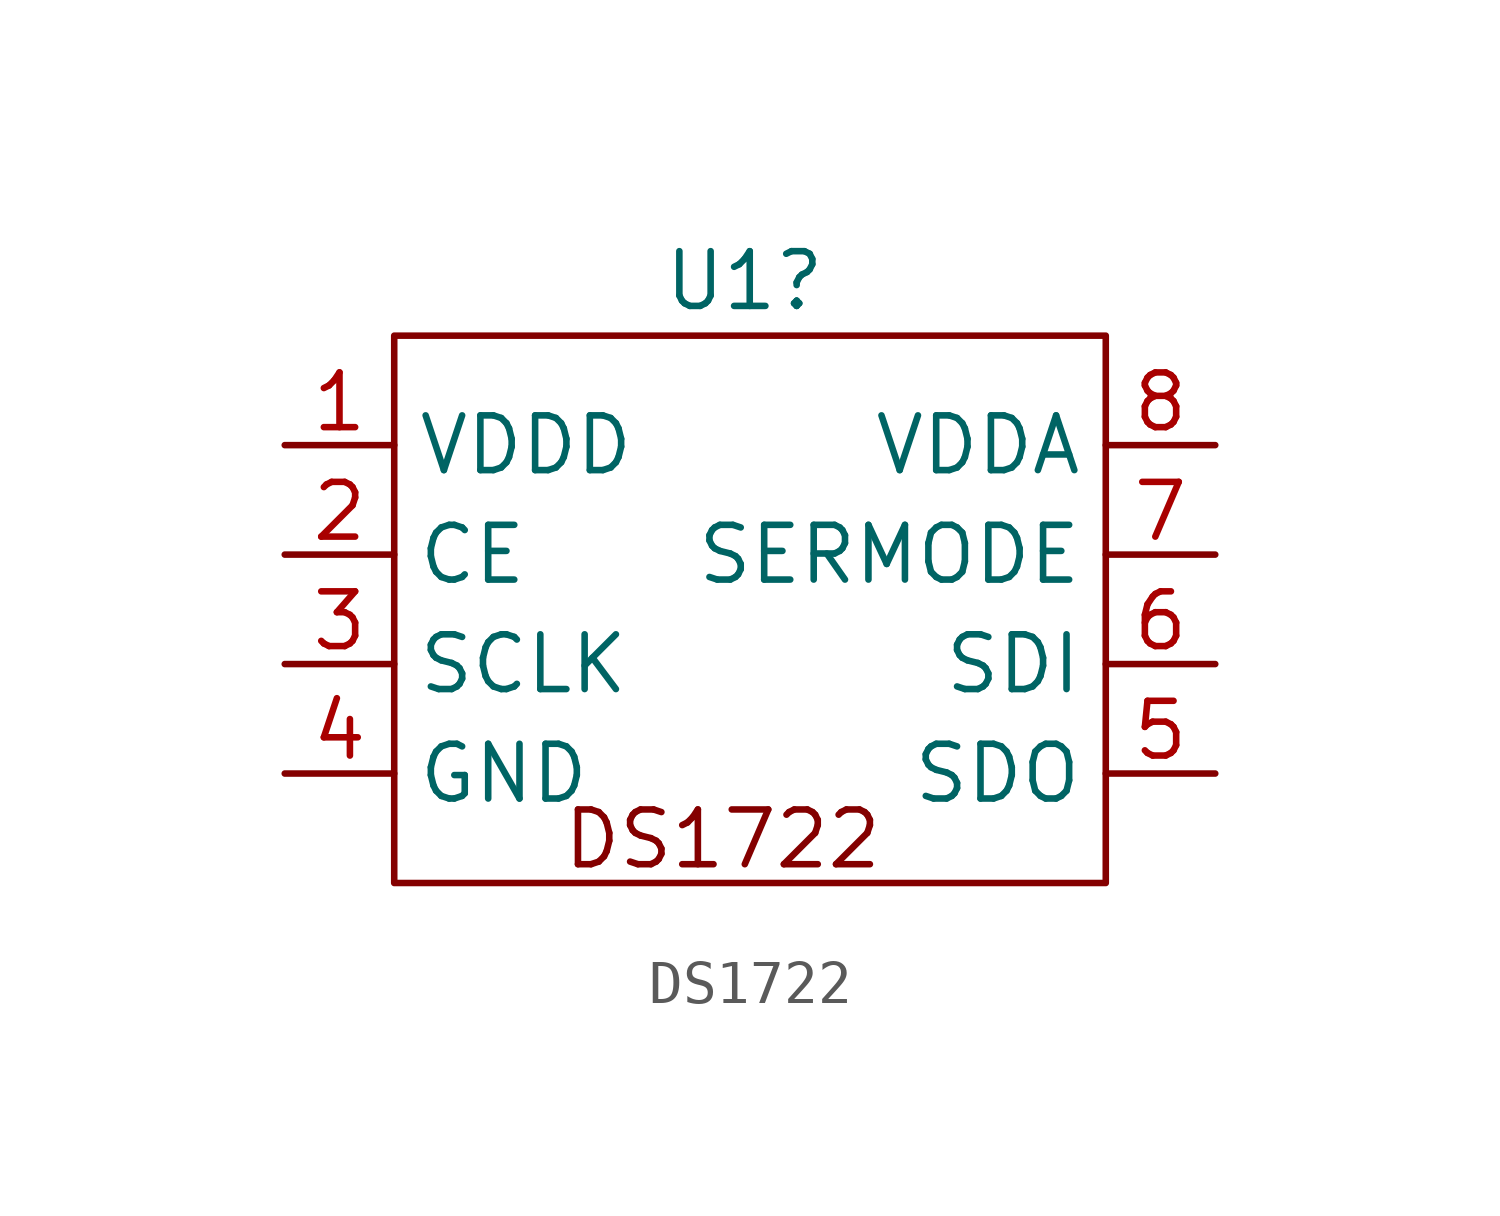
<source format=kicad_sym>
(kicad_symbol_lib
  (version 20231120)
  (generator "kicad_symbol_editor")
  (generator_version "8.0")
  (symbol "DS1722"
    (property "Reference" "U1"
      (at 0.508 7.62 0)
      (effects (font (size 1.27 1.27))))
    (property "Value" ""
      (at -1.27 0 0)
      (effects (font (size 1.27 1.27))))
    (symbol "DS1722_0_1"
      (rectangle (start -7.62 6.35) (end 8.89 -6.35) (stroke (width 0) (type default)) (fill (type none))))
    (symbol "DS1722_1_1"
      (text "DS1722" (at 0 -5.334 0) (effects (font (size 1.27 1.27))))
      (pin input line (at -10.16 3.81 0) (length 2.54) (name "VDDD" (effects (font (size 1.27 1.27)))) (number "1" (effects (font (size 1.27 1.27)))))
      (pin input line (at -10.16 1.27 0) (length 2.54) (name "CE" (effects (font (size 1.27 1.27)))) (number "2" (effects (font (size 1.27 1.27)))))
      (pin input line (at -10.16 -1.27 0) (length 2.54) (name "SCLK" (effects (font (size 1.27 1.27)))) (number "3" (effects (font (size 1.27 1.27)))))
      (pin input line (at -10.16 -3.81 0) (length 2.54) (name "GND" (effects (font (size 1.27 1.27)))) (number "4" (effects (font (size 1.27 1.27)))))
      (pin output line (at 11.43 -3.81 180) (length 2.54) (name "SDO" (effects (font (size 1.27 1.27)))) (number "5" (effects (font (size 1.27 1.27)))))
      (pin input line (at 11.43 -1.27 180) (length 2.54) (name "SDI" (effects (font (size 1.27 1.27)))) (number "6" (effects (font (size 1.27 1.27)))))
      (pin input line (at 11.43 1.27 180) (length 2.54) (name "SERMODE" (effects (font (size 1.27 1.27)))) (number "7" (effects (font (size 1.27 1.27)))))
      (pin input line (at 11.43 3.81 180) (length 2.54) (name "VDDA" (effects (font (size 1.27 1.27)))) (number "8" (effects (font (size 1.27 1.27))))))))
</source>
